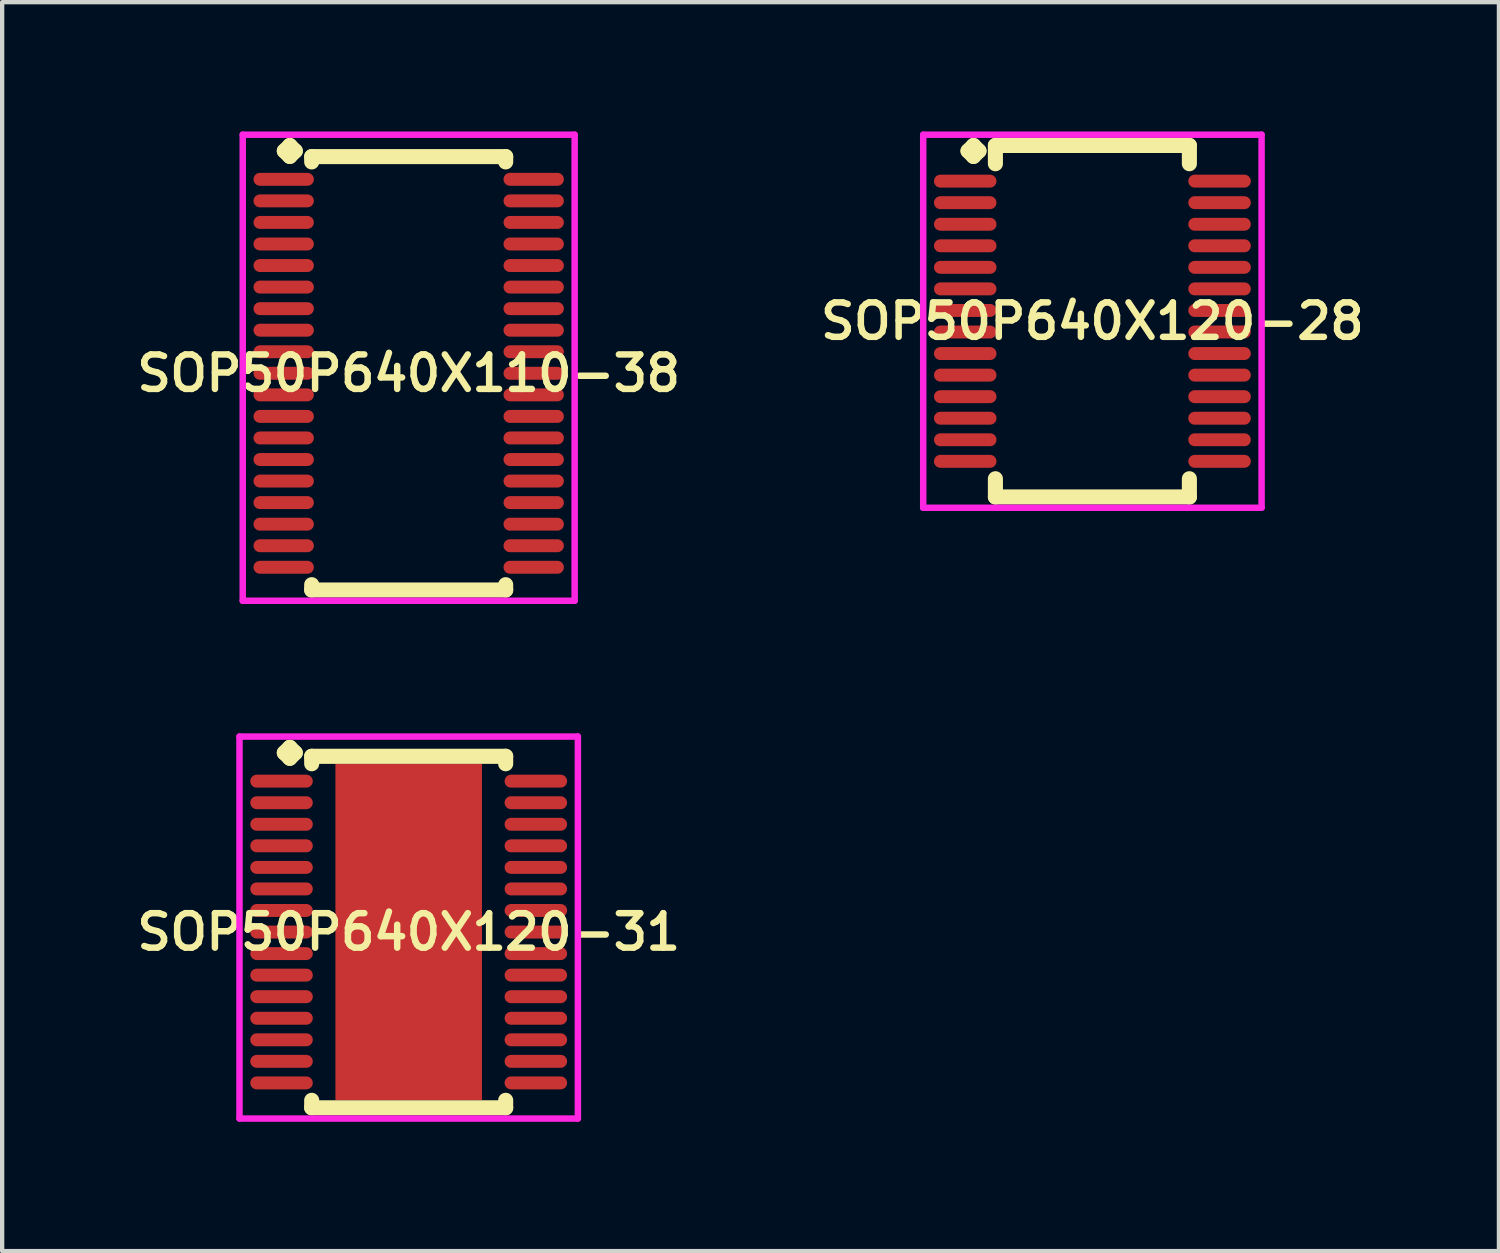
<source format=kicad_pcb>
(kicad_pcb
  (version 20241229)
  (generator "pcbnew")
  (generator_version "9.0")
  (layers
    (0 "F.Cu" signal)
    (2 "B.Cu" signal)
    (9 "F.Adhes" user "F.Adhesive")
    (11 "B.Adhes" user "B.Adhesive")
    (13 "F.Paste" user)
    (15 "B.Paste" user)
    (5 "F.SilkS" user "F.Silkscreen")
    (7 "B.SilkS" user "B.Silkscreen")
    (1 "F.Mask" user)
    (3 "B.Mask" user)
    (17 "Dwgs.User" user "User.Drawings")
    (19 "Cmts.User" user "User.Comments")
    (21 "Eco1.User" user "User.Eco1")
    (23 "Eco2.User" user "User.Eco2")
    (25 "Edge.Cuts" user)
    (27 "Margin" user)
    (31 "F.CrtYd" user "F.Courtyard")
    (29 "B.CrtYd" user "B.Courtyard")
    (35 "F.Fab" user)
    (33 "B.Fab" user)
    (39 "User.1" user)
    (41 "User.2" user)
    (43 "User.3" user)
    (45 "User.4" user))
  (footprint "SOP50P640X120-28"
    (layer "F.Cu")
    (at 22.292 4.402)
    (property "Reference" "SOP50P640X120-28" (at 0 0 0) (layer "F.SilkS") (effects (font (size 0.8 0.8) (thickness 0.15))))
    (attr smd)
    (fp_line (start -2.885 -3.95) (end -2.758 -4.077) (stroke (width 0.35) (type solid)) (layer "F.SilkS"))
    (fp_line (start -2.758 -4.077) (end -2.631 -3.95) (stroke (width 0.35) (type solid)) (layer "F.SilkS"))
    (fp_line (start -2.758 -3.823) (end -2.885 -3.95) (stroke (width 0.35) (type solid)) (layer "F.SilkS"))
    (fp_line (start -2.631 -3.95) (end -2.758 -3.823) (stroke (width 0.35) (type solid)) (layer "F.SilkS"))
    (fp_line (start -2.25 -4.077) (end 2.25 -4.077) (stroke (width 0.35) (type solid)) (layer "F.SilkS"))
    (fp_line (start -2.25 -3.654) (end -2.25 -4.077) (stroke (width 0.35) (type solid)) (layer "F.SilkS"))
    (fp_line (start -2.25 3.654) (end -2.25 4.077) (stroke (width 0.35) (type solid)) (layer "F.SilkS"))
    (fp_line (start -2.25 4.077) (end 2.25 4.077) (stroke (width 0.35) (type solid)) (layer "F.SilkS"))
    (fp_line (start 2.25 -4.077) (end 2.25 -3.654) (stroke (width 0.35) (type solid)) (layer "F.SilkS"))
    (fp_line (start 2.25 4.077) (end 2.25 3.654) (stroke (width 0.35) (type solid)) (layer "F.SilkS"))
    (fp_line (start -3.925 -4.327) (end 3.925 -4.327) (stroke (width 0.15) (type solid)) (layer "F.CrtYd"))
    (fp_line (start -3.925 4.327) (end -3.925 -4.327) (stroke (width 0.15) (type solid)) (layer "F.CrtYd"))
    (fp_line (start 3.925 -4.327) (end 3.925 4.327) (stroke (width 0.15) (type solid)) (layer "F.CrtYd"))
    (fp_line (start 3.925 4.327) (end -3.925 4.327) (stroke (width 0.15) (type solid)) (layer "F.CrtYd"))
    (pad "1" smd oval (at -2.95 -3.25) (size 1.45 0.3) (layers "F.Cu" "F.Mask" "F.Paste"))
    (pad "2" smd oval (at -2.95 -2.75) (size 1.45 0.3) (layers "F.Cu" "F.Mask" "F.Paste"))
    (pad "3" smd oval (at -2.95 -2.25) (size 1.45 0.3) (layers "F.Cu" "F.Mask" "F.Paste"))
    (pad "4" smd oval (at -2.95 -1.75) (size 1.45 0.3) (layers "F.Cu" "F.Mask" "F.Paste"))
    (pad "5" smd oval (at -2.95 -1.25) (size 1.45 0.3) (layers "F.Cu" "F.Mask" "F.Paste"))
    (pad "6" smd oval (at -2.95 -0.75) (size 1.45 0.3) (layers "F.Cu" "F.Mask" "F.Paste"))
    (pad "7" smd oval (at -2.95 -0.25) (size 1.45 0.3) (layers "F.Cu" "F.Mask" "F.Paste"))
    (pad "8" smd oval (at -2.95 0.25) (size 1.45 0.3) (layers "F.Cu" "F.Mask" "F.Paste"))
    (pad "9" smd oval (at -2.95 0.75) (size 1.45 0.3) (layers "F.Cu" "F.Mask" "F.Paste"))
    (pad "10" smd oval (at -2.95 1.25) (size 1.45 0.3) (layers "F.Cu" "F.Mask" "F.Paste"))
    (pad "11" smd oval (at -2.95 1.75) (size 1.45 0.3) (layers "F.Cu" "F.Mask" "F.Paste"))
    (pad "12" smd oval (at -2.95 2.25) (size 1.45 0.3) (layers "F.Cu" "F.Mask" "F.Paste"))
    (pad "13" smd oval (at -2.95 2.75) (size 1.45 0.3) (layers "F.Cu" "F.Mask" "F.Paste"))
    (pad "14" smd oval (at -2.95 3.25) (size 1.45 0.3) (layers "F.Cu" "F.Mask" "F.Paste"))
    (pad "15" smd oval (at 2.95 3.25) (size 1.45 0.3) (layers "F.Cu" "F.Mask" "F.Paste"))
    (pad "16" smd oval (at 2.95 2.75) (size 1.45 0.3) (layers "F.Cu" "F.Mask" "F.Paste"))
    (pad "17" smd oval (at 2.95 2.25) (size 1.45 0.3) (layers "F.Cu" "F.Mask" "F.Paste"))
    (pad "18" smd oval (at 2.95 1.75) (size 1.45 0.3) (layers "F.Cu" "F.Mask" "F.Paste"))
    (pad "19" smd oval (at 2.95 1.25) (size 1.45 0.3) (layers "F.Cu" "F.Mask" "F.Paste"))
    (pad "20" smd oval (at 2.95 0.75) (size 1.45 0.3) (layers "F.Cu" "F.Mask" "F.Paste"))
    (pad "21" smd oval (at 2.95 0.25) (size 1.45 0.3) (layers "F.Cu" "F.Mask" "F.Paste"))
    (pad "22" smd oval (at 2.95 -0.25) (size 1.45 0.3) (layers "F.Cu" "F.Mask" "F.Paste"))
    (pad "23" smd oval (at 2.95 -0.75) (size 1.45 0.3) (layers "F.Cu" "F.Mask" "F.Paste"))
    (pad "24" smd oval (at 2.95 -1.25) (size 1.45 0.3) (layers "F.Cu" "F.Mask" "F.Paste"))
    (pad "25" smd oval (at 2.95 -1.75) (size 1.45 0.3) (layers "F.Cu" "F.Mask" "F.Paste"))
    (pad "26" smd oval (at 2.95 -2.25) (size 1.45 0.3) (layers "F.Cu" "F.Mask" "F.Paste"))
    (pad "27" smd oval (at 2.95 -2.75) (size 1.45 0.3) (layers "F.Cu" "F.Mask" "F.Paste"))
    (pad "28" smd oval (at 2.95 -3.25) (size 1.45 0.3) (layers "F.Cu" "F.Mask" "F.Paste")))
  (footprint "SOP50P640X120-31"
    (layer "F.Cu")
    (at 6.431 18.572)
    (property "Reference" "SOP50P640X120-31" (at 0 0 0) (layer "F.SilkS") (effects (font (size 0.8 0.8) (thickness 0.15))))
    (attr smd)
    (fp_line (start -2.885 -4.158) (end -2.758 -4.285) (stroke (width 0.35) (type solid)) (layer "F.SilkS"))
    (fp_line (start -2.758 -4.285) (end -2.631 -4.158) (stroke (width 0.35) (type solid)) (layer "F.SilkS"))
    (fp_line (start -2.758 -4.031) (end -2.885 -4.158) (stroke (width 0.35) (type solid)) (layer "F.SilkS"))
    (fp_line (start -2.631 -4.158) (end -2.758 -4.031) (stroke (width 0.35) (type solid)) (layer "F.SilkS"))
    (fp_line (start -2.25 -4.077) (end 2.25 -4.077) (stroke (width 0.35) (type solid)) (layer "F.SilkS"))
    (fp_line (start -2.25 -3.904) (end -2.25 -4.077) (stroke (width 0.35) (type solid)) (layer "F.SilkS"))
    (fp_line (start -2.25 3.904) (end -2.25 4.077) (stroke (width 0.35) (type solid)) (layer "F.SilkS"))
    (fp_line (start -2.25 4.077) (end 2.25 4.077) (stroke (width 0.35) (type solid)) (layer "F.SilkS"))
    (fp_line (start 2.25 -4.077) (end 2.25 -3.904) (stroke (width 0.35) (type solid)) (layer "F.SilkS"))
    (fp_line (start 2.25 4.077) (end 2.25 3.904) (stroke (width 0.35) (type solid)) (layer "F.SilkS"))
    (fp_line (start -3.925 -4.535) (end 3.925 -4.535) (stroke (width 0.15) (type solid)) (layer "F.CrtYd"))
    (fp_line (start -3.925 4.327) (end -3.925 -4.535) (stroke (width 0.15) (type solid)) (layer "F.CrtYd"))
    (fp_line (start 3.925 -4.535) (end 3.925 4.327) (stroke (width 0.15) (type solid)) (layer "F.CrtYd"))
    (fp_line (start 3.925 4.327) (end -3.925 4.327) (stroke (width 0.15) (type solid)) (layer "F.CrtYd"))
    (pad "1" smd oval (at -2.95 -3.5) (size 1.45 0.3) (layers "F.Cu" "F.Mask" "F.Paste"))
    (pad "2" smd oval (at -2.95 -3) (size 1.45 0.3) (layers "F.Cu" "F.Mask" "F.Paste"))
    (pad "3" smd oval (at -2.95 -2.5) (size 1.45 0.3) (layers "F.Cu" "F.Mask" "F.Paste"))
    (pad "4" smd oval (at -2.95 -2) (size 1.45 0.3) (layers "F.Cu" "F.Mask" "F.Paste"))
    (pad "5" smd oval (at -2.95 -1.5) (size 1.45 0.3) (layers "F.Cu" "F.Mask" "F.Paste"))
    (pad "6" smd oval (at -2.95 -1) (size 1.45 0.3) (layers "F.Cu" "F.Mask" "F.Paste"))
    (pad "7" smd oval (at -2.95 -0.5) (size 1.45 0.3) (layers "F.Cu" "F.Mask" "F.Paste"))
    (pad "8" smd oval (at -2.95 0) (size 1.45 0.3) (layers "F.Cu" "F.Mask" "F.Paste"))
    (pad "9" smd oval (at -2.95 0.5) (size 1.45 0.3) (layers "F.Cu" "F.Mask" "F.Paste"))
    (pad "10" smd oval (at -2.95 1) (size 1.45 0.3) (layers "F.Cu" "F.Mask" "F.Paste"))
    (pad "11" smd oval (at -2.95 1.5) (size 1.45 0.3) (layers "F.Cu" "F.Mask" "F.Paste"))
    (pad "12" smd oval (at -2.95 2) (size 1.45 0.3) (layers "F.Cu" "F.Mask" "F.Paste"))
    (pad "13" smd oval (at -2.95 2.5) (size 1.45 0.3) (layers "F.Cu" "F.Mask" "F.Paste"))
    (pad "14" smd oval (at -2.95 3) (size 1.45 0.3) (layers "F.Cu" "F.Mask" "F.Paste"))
    (pad "15" smd oval (at -2.95 3.5) (size 1.45 0.3) (layers "F.Cu" "F.Mask" "F.Paste"))
    (pad "16" smd oval (at 2.95 3.5) (size 1.45 0.3) (layers "F.Cu" "F.Mask" "F.Paste"))
    (pad "17" smd oval (at 2.95 3) (size 1.45 0.3) (layers "F.Cu" "F.Mask" "F.Paste"))
    (pad "18" smd oval (at 2.95 2.5) (size 1.45 0.3) (layers "F.Cu" "F.Mask" "F.Paste"))
    (pad "19" smd oval (at 2.95 2) (size 1.45 0.3) (layers "F.Cu" "F.Mask" "F.Paste"))
    (pad "20" smd oval (at 2.95 1.5) (size 1.45 0.3) (layers "F.Cu" "F.Mask" "F.Paste"))
    (pad "21" smd oval (at 2.95 1) (size 1.45 0.3) (layers "F.Cu" "F.Mask" "F.Paste"))
    (pad "22" smd oval (at 2.95 0.5) (size 1.45 0.3) (layers "F.Cu" "F.Mask" "F.Paste"))
    (pad "23" smd oval (at 2.95 0) (size 1.45 0.3) (layers "F.Cu" "F.Mask" "F.Paste"))
    (pad "24" smd oval (at 2.95 -0.5) (size 1.45 0.3) (layers "F.Cu" "F.Mask" "F.Paste"))
    (pad "25" smd oval (at 2.95 -1) (size 1.45 0.3) (layers "F.Cu" "F.Mask" "F.Paste"))
    (pad "26" smd oval (at 2.95 -1.5) (size 1.45 0.3) (layers "F.Cu" "F.Mask" "F.Paste"))
    (pad "27" smd oval (at 2.95 -2) (size 1.45 0.3) (layers "F.Cu" "F.Mask" "F.Paste"))
    (pad "28" smd oval (at 2.95 -2.5) (size 1.45 0.3) (layers "F.Cu" "F.Mask" "F.Paste"))
    (pad "29" smd oval (at 2.95 -3) (size 1.45 0.3) (layers "F.Cu" "F.Mask" "F.Paste"))
    (pad "30" smd oval (at 2.95 -3.5) (size 1.45 0.3) (layers "F.Cu" "F.Mask" "F.Paste"))
    (pad "31" smd rect (at 0 0) (size 3.4 7.8) (layers "F.Cu" "F.Mask" "F.Paste")))
  (footprint "SOP50P640X110-38"
    (layer "F.Cu")
    (at 6.431 5.61)
    (property "Reference" "SOP50P640X110-38" (at 0 0 0) (layer "F.SilkS") (effects (font (size 0.8 0.8) (thickness 0.15))))
    (attr through_hole)
    (fp_line (start -2.885 -5.158) (end -2.758 -5.285) (stroke (width 0.35) (type solid)) (layer "F.SilkS"))
    (fp_line (start -2.758 -5.285) (end -2.631 -5.158) (stroke (width 0.35) (type solid)) (layer "F.SilkS"))
    (fp_line (start -2.758 -5.031) (end -2.885 -5.158) (stroke (width 0.35) (type solid)) (layer "F.SilkS"))
    (fp_line (start -2.631 -5.158) (end -2.758 -5.031) (stroke (width 0.35) (type solid)) (layer "F.SilkS"))
    (fp_line (start -2.25 -5.027) (end 2.25 -5.027) (stroke (width 0.35) (type solid)) (layer "F.SilkS"))
    (fp_line (start -2.25 -4.904) (end -2.25 -5.027) (stroke (width 0.35) (type solid)) (layer "F.SilkS"))
    (fp_line (start -2.25 4.904) (end -2.25 5.027) (stroke (width 0.35) (type solid)) (layer "F.SilkS"))
    (fp_line (start -2.25 5.027) (end 2.25 5.027) (stroke (width 0.35) (type solid)) (layer "F.SilkS"))
    (fp_line (start 2.25 -5.027) (end 2.25 -4.904) (stroke (width 0.35) (type solid)) (layer "F.SilkS"))
    (fp_line (start 2.25 5.027) (end 2.25 4.904) (stroke (width 0.35) (type solid)) (layer "F.SilkS"))
    (fp_line (start -3.85 -5.535) (end 3.85 -5.535) (stroke (width 0.15) (type solid)) (layer "F.CrtYd"))
    (fp_line (start -3.85 5.277) (end -3.85 -5.535) (stroke (width 0.15) (type solid)) (layer "F.CrtYd"))
    (fp_line (start 3.85 -5.535) (end 3.85 5.277) (stroke (width 0.15) (type solid)) (layer "F.CrtYd"))
    (fp_line (start 3.85 5.277) (end -3.85 5.277) (stroke (width 0.15) (type solid)) (layer "F.CrtYd"))
    (pad "1" smd oval (at -2.9 -4.5) (size 1.4 0.3) (layers "F.Cu" "F.Mask" "F.Paste"))
    (pad "2" smd oval (at -2.9 -4) (size 1.4 0.3) (layers "F.Cu" "F.Mask" "F.Paste"))
    (pad "3" smd oval (at -2.9 -3.5) (size 1.4 0.3) (layers "F.Cu" "F.Mask" "F.Paste"))
    (pad "4" smd oval (at -2.9 -3) (size 1.4 0.3) (layers "F.Cu" "F.Mask" "F.Paste"))
    (pad "5" smd oval (at -2.9 -2.5) (size 1.4 0.3) (layers "F.Cu" "F.Mask" "F.Paste"))
    (pad "6" smd oval (at -2.9 -2) (size 1.4 0.3) (layers "F.Cu" "F.Mask" "F.Paste"))
    (pad "7" smd oval (at -2.9 -1.5) (size 1.4 0.3) (layers "F.Cu" "F.Mask" "F.Paste"))
    (pad "8" smd oval (at -2.9 -1) (size 1.4 0.3) (layers "F.Cu" "F.Mask" "F.Paste"))
    (pad "9" smd oval (at -2.9 -0.5) (size 1.4 0.3) (layers "F.Cu" "F.Mask" "F.Paste"))
    (pad "10" smd oval (at -2.9 0) (size 1.4 0.3) (layers "F.Cu" "F.Mask" "F.Paste"))
    (pad "11" smd oval (at -2.9 0.5) (size 1.4 0.3) (layers "F.Cu" "F.Mask" "F.Paste"))
    (pad "12" smd oval (at -2.9 1) (size 1.4 0.3) (layers "F.Cu" "F.Mask" "F.Paste"))
    (pad "13" smd oval (at -2.9 1.5) (size 1.4 0.3) (layers "F.Cu" "F.Mask" "F.Paste"))
    (pad "14" smd oval (at -2.9 2) (size 1.4 0.3) (layers "F.Cu" "F.Mask" "F.Paste"))
    (pad "15" smd oval (at -2.9 2.5) (size 1.4 0.3) (layers "F.Cu" "F.Mask" "F.Paste"))
    (pad "16" smd oval (at -2.9 3) (size 1.4 0.3) (layers "F.Cu" "F.Mask" "F.Paste"))
    (pad "17" smd oval (at -2.9 3.5) (size 1.4 0.3) (layers "F.Cu" "F.Mask" "F.Paste"))
    (pad "18" smd oval (at -2.9 4) (size 1.4 0.3) (layers "F.Cu" "F.Mask" "F.Paste"))
    (pad "19" smd oval (at -2.9 4.5) (size 1.4 0.3) (layers "F.Cu" "F.Mask" "F.Paste"))
    (pad "20" smd oval (at 2.9 4.5) (size 1.4 0.3) (layers "F.Cu" "F.Mask" "F.Paste"))
    (pad "21" smd oval (at 2.9 4) (size 1.4 0.3) (layers "F.Cu" "F.Mask" "F.Paste"))
    (pad "22" smd oval (at 2.9 3.5) (size 1.4 0.3) (layers "F.Cu" "F.Mask" "F.Paste"))
    (pad "23" smd oval (at 2.9 3) (size 1.4 0.3) (layers "F.Cu" "F.Mask" "F.Paste"))
    (pad "24" smd oval (at 2.9 2.5) (size 1.4 0.3) (layers "F.Cu" "F.Mask" "F.Paste"))
    (pad "25" smd oval (at 2.9 2) (size 1.4 0.3) (layers "F.Cu" "F.Mask" "F.Paste"))
    (pad "26" smd oval (at 2.9 1.5) (size 1.4 0.3) (layers "F.Cu" "F.Mask" "F.Paste"))
    (pad "27" smd oval (at 2.9 1) (size 1.4 0.3) (layers "F.Cu" "F.Mask" "F.Paste"))
    (pad "28" smd oval (at 2.9 0.5) (size 1.4 0.3) (layers "F.Cu" "F.Mask" "F.Paste"))
    (pad "29" smd oval (at 2.9 0) (size 1.4 0.3) (layers "F.Cu" "F.Mask" "F.Paste"))
    (pad "30" smd oval (at 2.9 -0.5) (size 1.4 0.3) (layers "F.Cu" "F.Mask" "F.Paste"))
    (pad "31" smd oval (at 2.9 -1) (size 1.4 0.3) (layers "F.Cu" "F.Mask" "F.Paste"))
    (pad "32" smd oval (at 2.9 -1.5) (size 1.4 0.3) (layers "F.Cu" "F.Mask" "F.Paste"))
    (pad "33" smd oval (at 2.9 -2) (size 1.4 0.3) (layers "F.Cu" "F.Mask" "F.Paste"))
    (pad "34" smd oval (at 2.9 -2.5) (size 1.4 0.3) (layers "F.Cu" "F.Mask" "F.Paste"))
    (pad "35" smd oval (at 2.9 -3) (size 1.4 0.3) (layers "F.Cu" "F.Mask" "F.Paste"))
    (pad "36" smd oval (at 2.9 -3.5) (size 1.4 0.3) (layers "F.Cu" "F.Mask" "F.Paste"))
    (pad "37" smd oval (at 2.9 -4) (size 1.4 0.3) (layers "F.Cu" "F.Mask" "F.Paste"))
    (pad "38" smd oval (at 2.9 -4.5) (size 1.4 0.3) (layers "F.Cu" "F.Mask" "F.Paste")))
  (gr_rect
    (start -3 -3)
    (end 31.723 25.974)
    (stroke (width 0.1) (type default))
    (fill no)
    (layer "Edge.Cuts")))
</source>
